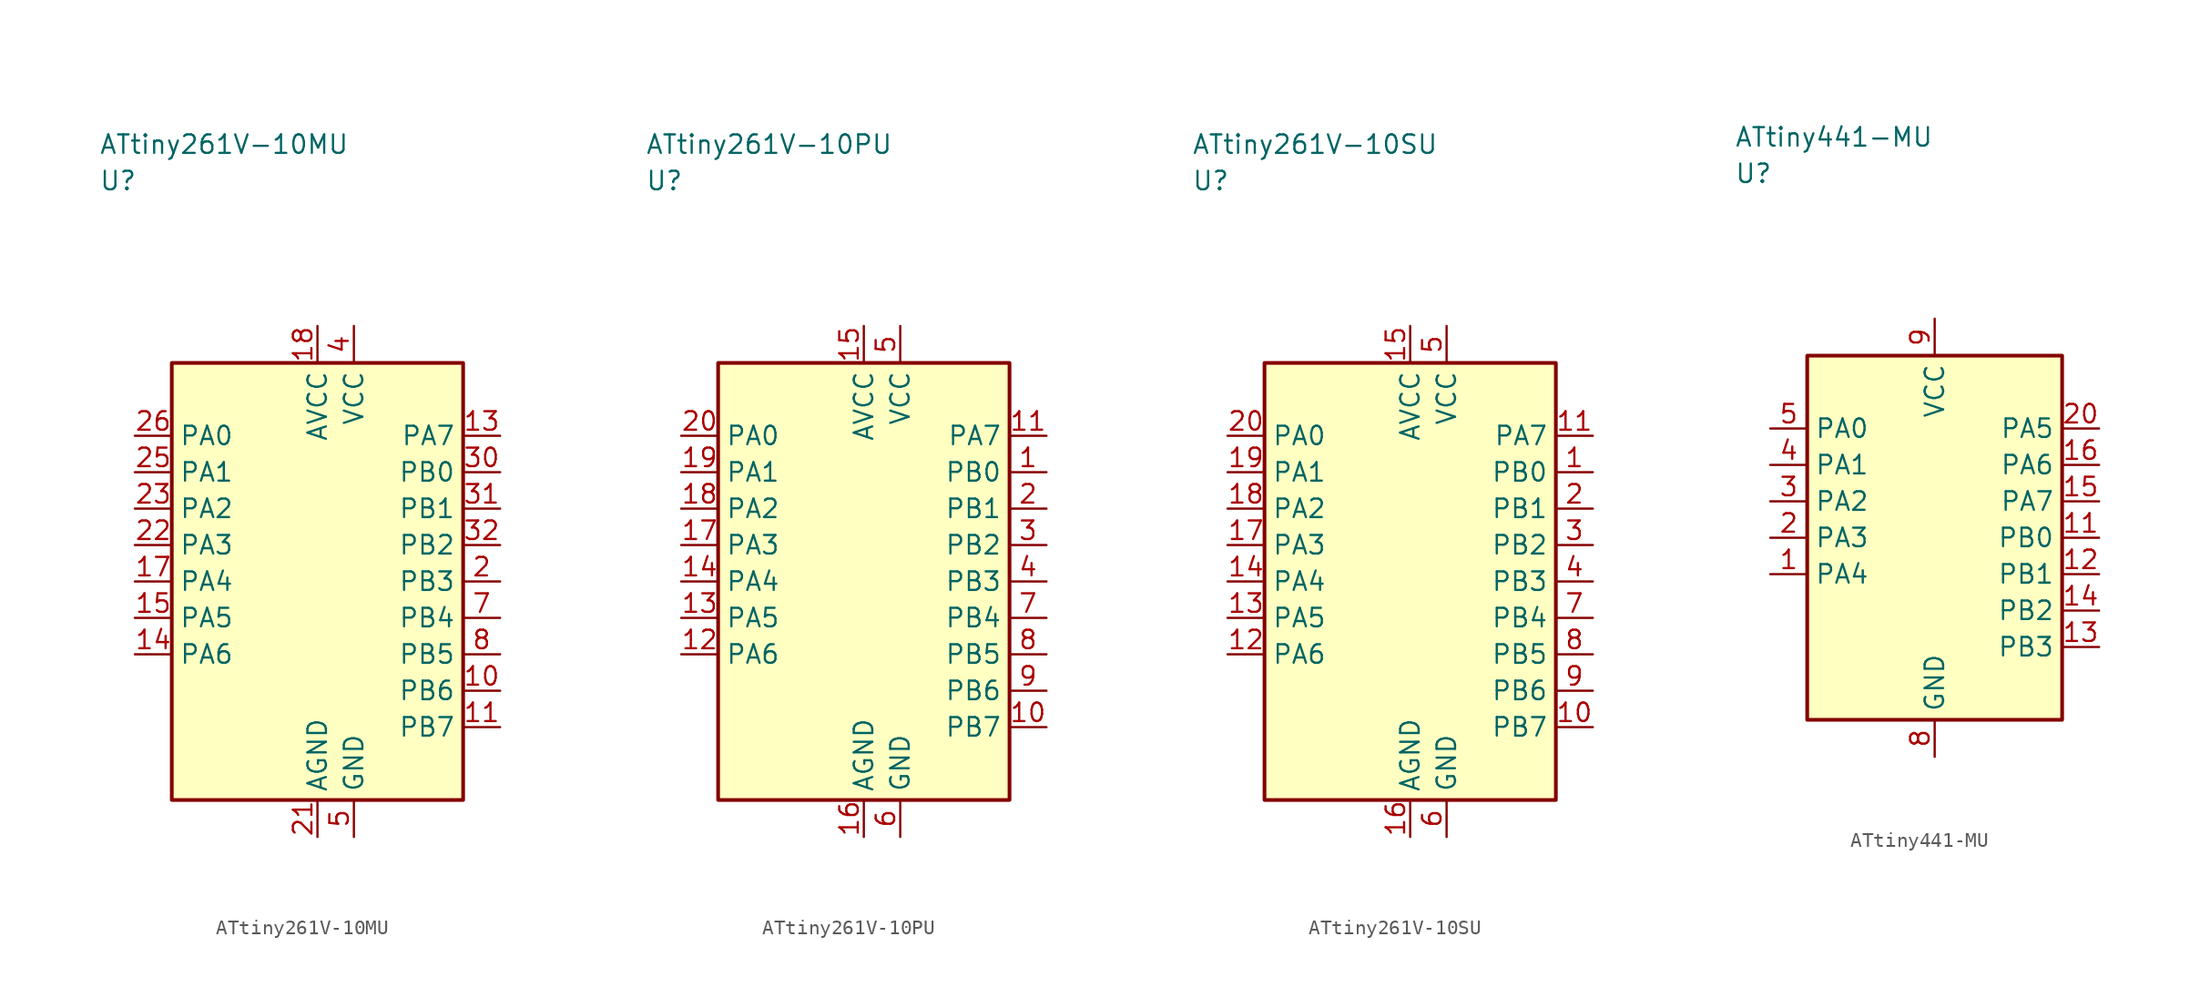
<source format=kicad_sym>
(kicad_symbol_lib
  (version 20241025)
  (generator "kicad_symbol_editor")
  (generator_version "8.0")
  (symbol "ATtiny261V-10MU"
    (property "Reference" "U"
      (at -15.0 27.5 0)
      (effects (font (size 1.27 1.27)) (justify left)))
    (property "Value" "ATtiny261V-10MU"
      (at -15.0 30.0 0)
      (effects (font (size 1.27 1.27)) (justify left)))
    (symbol "ATtiny261V-10MU_0_1"
      (rectangle (start -10.0 15.0) (end 10.0 -15.0) (stroke (width 0.254) (type default)) (fill (type background))))
    (symbol "ATtiny261V-10MU_1_1"
      (pin bidirectional line (at 12.54 0.0 180.0) (length 2.54) (name "PB3" (effects (font (size 1.27 1.27)))) (number "2" (effects (font (size 1.27 1.27)))))
      (pin power_in line (at 2.5 17.54 270.0) (length 2.54) (name "VCC" (effects (font (size 1.27 1.27)))) (number "4" (effects (font (size 1.27 1.27)))))
      (pin passive line (at 2.5 -17.54 90.0) (length 2.54) (name "GND" (effects (font (size 1.27 1.27)))) (number "5" (effects (font (size 1.27 1.27)))))
      (pin bidirectional line (at 12.54 -2.5 180.0) (length 2.54) (name "PB4" (effects (font (size 1.27 1.27)))) (number "7" (effects (font (size 1.27 1.27)))))
      (pin bidirectional line (at 12.54 -5.0 180.0) (length 2.54) (name "PB5" (effects (font (size 1.27 1.27)))) (number "8" (effects (font (size 1.27 1.27)))))
      (pin bidirectional line (at 12.54 -7.5 180.0) (length 2.54) (name "PB6" (effects (font (size 1.27 1.27)))) (number "10" (effects (font (size 1.27 1.27)))))
      (pin bidirectional line (at 12.54 -10.0 180.0) (length 2.54) (name "PB7" (effects (font (size 1.27 1.27)))) (number "11" (effects (font (size 1.27 1.27)))))
      (pin bidirectional line (at 12.54 10.0 180.0) (length 2.54) (name "PA7" (effects (font (size 1.27 1.27)))) (number "13" (effects (font (size 1.27 1.27)))))
      (pin bidirectional line (at -12.54 -5.0 0.0) (length 2.54) (name "PA6" (effects (font (size 1.27 1.27)))) (number "14" (effects (font (size 1.27 1.27)))))
      (pin bidirectional line (at -12.54 -2.5 0.0) (length 2.54) (name "PA5" (effects (font (size 1.27 1.27)))) (number "15" (effects (font (size 1.27 1.27)))))
      (pin bidirectional line (at -12.54 0.0 0.0) (length 2.54) (name "PA4" (effects (font (size 1.27 1.27)))) (number "17" (effects (font (size 1.27 1.27)))))
      (pin power_in line (at 0.0 17.54 270.0) (length 2.54) (name "AVCC" (effects (font (size 1.27 1.27)))) (number "18" (effects (font (size 1.27 1.27)))))
      (pin passive line (at 0.0 -17.54 90.0) (length 2.54) (name "AGND" (effects (font (size 1.27 1.27)))) (number "21" (effects (font (size 1.27 1.27)))))
      (pin bidirectional line (at -12.54 2.5 0.0) (length 2.54) (name "PA3" (effects (font (size 1.27 1.27)))) (number "22" (effects (font (size 1.27 1.27)))))
      (pin bidirectional line (at -12.54 5.0 0.0) (length 2.54) (name "PA2" (effects (font (size 1.27 1.27)))) (number "23" (effects (font (size 1.27 1.27)))))
      (pin bidirectional line (at -12.54 7.5 0.0) (length 2.54) (name "PA1" (effects (font (size 1.27 1.27)))) (number "25" (effects (font (size 1.27 1.27)))))
      (pin bidirectional line (at -12.54 10.0 0.0) (length 2.54) (name "PA0" (effects (font (size 1.27 1.27)))) (number "26" (effects (font (size 1.27 1.27)))))
      (pin bidirectional line (at 12.54 7.5 180.0) (length 2.54) (name "PB0" (effects (font (size 1.27 1.27)))) (number "30" (effects (font (size 1.27 1.27)))))
      (pin bidirectional line (at 12.54 5.0 180.0) (length 2.54) (name "PB1" (effects (font (size 1.27 1.27)))) (number "31" (effects (font (size 1.27 1.27)))))
      (pin bidirectional line (at 12.54 2.5 180.0) (length 2.54) (name "PB2" (effects (font (size 1.27 1.27)))) (number "32" (effects (font (size 1.27 1.27)))))))
  (symbol "ATtiny261V-10PU"
    (property "Reference" "U"
      (at -15.0 27.5 0)
      (effects (font (size 1.27 1.27)) (justify left)))
    (property "Value" "ATtiny261V-10PU"
      (at -15.0 30.0 0)
      (effects (font (size 1.27 1.27)) (justify left)))
    (symbol "ATtiny261V-10PU_0_1"
      (rectangle (start -10.0 15.0) (end 10.0 -15.0) (stroke (width 0.254) (type default)) (fill (type background))))
    (symbol "ATtiny261V-10PU_1_1"
      (pin bidirectional line (at 12.54 7.5 180.0) (length 2.54) (name "PB0" (effects (font (size 1.27 1.27)))) (number "1" (effects (font (size 1.27 1.27)))))
      (pin bidirectional line (at 12.54 5.0 180.0) (length 2.54) (name "PB1" (effects (font (size 1.27 1.27)))) (number "2" (effects (font (size 1.27 1.27)))))
      (pin bidirectional line (at 12.54 2.5 180.0) (length 2.54) (name "PB2" (effects (font (size 1.27 1.27)))) (number "3" (effects (font (size 1.27 1.27)))))
      (pin bidirectional line (at 12.54 0.0 180.0) (length 2.54) (name "PB3" (effects (font (size 1.27 1.27)))) (number "4" (effects (font (size 1.27 1.27)))))
      (pin power_in line (at 2.5 17.54 270.0) (length 2.54) (name "VCC" (effects (font (size 1.27 1.27)))) (number "5" (effects (font (size 1.27 1.27)))))
      (pin passive line (at 2.5 -17.54 90.0) (length 2.54) (name "GND" (effects (font (size 1.27 1.27)))) (number "6" (effects (font (size 1.27 1.27)))))
      (pin bidirectional line (at 12.54 -2.5 180.0) (length 2.54) (name "PB4" (effects (font (size 1.27 1.27)))) (number "7" (effects (font (size 1.27 1.27)))))
      (pin bidirectional line (at 12.54 -5.0 180.0) (length 2.54) (name "PB5" (effects (font (size 1.27 1.27)))) (number "8" (effects (font (size 1.27 1.27)))))
      (pin bidirectional line (at 12.54 -7.5 180.0) (length 2.54) (name "PB6" (effects (font (size 1.27 1.27)))) (number "9" (effects (font (size 1.27 1.27)))))
      (pin bidirectional line (at 12.54 -10.0 180.0) (length 2.54) (name "PB7" (effects (font (size 1.27 1.27)))) (number "10" (effects (font (size 1.27 1.27)))))
      (pin bidirectional line (at 12.54 10.0 180.0) (length 2.54) (name "PA7" (effects (font (size 1.27 1.27)))) (number "11" (effects (font (size 1.27 1.27)))))
      (pin bidirectional line (at -12.54 -5.0 0.0) (length 2.54) (name "PA6" (effects (font (size 1.27 1.27)))) (number "12" (effects (font (size 1.27 1.27)))))
      (pin bidirectional line (at -12.54 -2.5 0.0) (length 2.54) (name "PA5" (effects (font (size 1.27 1.27)))) (number "13" (effects (font (size 1.27 1.27)))))
      (pin bidirectional line (at -12.54 0.0 0.0) (length 2.54) (name "PA4" (effects (font (size 1.27 1.27)))) (number "14" (effects (font (size 1.27 1.27)))))
      (pin power_in line (at 0.0 17.54 270.0) (length 2.54) (name "AVCC" (effects (font (size 1.27 1.27)))) (number "15" (effects (font (size 1.27 1.27)))))
      (pin passive line (at 0.0 -17.54 90.0) (length 2.54) (name "AGND" (effects (font (size 1.27 1.27)))) (number "16" (effects (font (size 1.27 1.27)))))
      (pin bidirectional line (at -12.54 2.5 0.0) (length 2.54) (name "PA3" (effects (font (size 1.27 1.27)))) (number "17" (effects (font (size 1.27 1.27)))))
      (pin bidirectional line (at -12.54 5.0 0.0) (length 2.54) (name "PA2" (effects (font (size 1.27 1.27)))) (number "18" (effects (font (size 1.27 1.27)))))
      (pin bidirectional line (at -12.54 7.5 0.0) (length 2.54) (name "PA1" (effects (font (size 1.27 1.27)))) (number "19" (effects (font (size 1.27 1.27)))))
      (pin bidirectional line (at -12.54 10.0 0.0) (length 2.54) (name "PA0" (effects (font (size 1.27 1.27)))) (number "20" (effects (font (size 1.27 1.27)))))))
  (symbol "ATtiny261V-10SU"
    (property "Reference" "U"
      (at -15.0 27.5 0)
      (effects (font (size 1.27 1.27)) (justify left)))
    (property "Value" "ATtiny261V-10SU"
      (at -15.0 30.0 0)
      (effects (font (size 1.27 1.27)) (justify left)))
    (symbol "ATtiny261V-10SU_0_1"
      (rectangle (start -10.0 15.0) (end 10.0 -15.0) (stroke (width 0.254) (type default)) (fill (type background))))
    (symbol "ATtiny261V-10SU_1_1"
      (pin bidirectional line (at 12.54 7.5 180.0) (length 2.54) (name "PB0" (effects (font (size 1.27 1.27)))) (number "1" (effects (font (size 1.27 1.27)))))
      (pin bidirectional line (at 12.54 5.0 180.0) (length 2.54) (name "PB1" (effects (font (size 1.27 1.27)))) (number "2" (effects (font (size 1.27 1.27)))))
      (pin bidirectional line (at 12.54 2.5 180.0) (length 2.54) (name "PB2" (effects (font (size 1.27 1.27)))) (number "3" (effects (font (size 1.27 1.27)))))
      (pin bidirectional line (at 12.54 0.0 180.0) (length 2.54) (name "PB3" (effects (font (size 1.27 1.27)))) (number "4" (effects (font (size 1.27 1.27)))))
      (pin power_in line (at 2.5 17.54 270.0) (length 2.54) (name "VCC" (effects (font (size 1.27 1.27)))) (number "5" (effects (font (size 1.27 1.27)))))
      (pin passive line (at 2.5 -17.54 90.0) (length 2.54) (name "GND" (effects (font (size 1.27 1.27)))) (number "6" (effects (font (size 1.27 1.27)))))
      (pin bidirectional line (at 12.54 -2.5 180.0) (length 2.54) (name "PB4" (effects (font (size 1.27 1.27)))) (number "7" (effects (font (size 1.27 1.27)))))
      (pin bidirectional line (at 12.54 -5.0 180.0) (length 2.54) (name "PB5" (effects (font (size 1.27 1.27)))) (number "8" (effects (font (size 1.27 1.27)))))
      (pin bidirectional line (at 12.54 -7.5 180.0) (length 2.54) (name "PB6" (effects (font (size 1.27 1.27)))) (number "9" (effects (font (size 1.27 1.27)))))
      (pin bidirectional line (at 12.54 -10.0 180.0) (length 2.54) (name "PB7" (effects (font (size 1.27 1.27)))) (number "10" (effects (font (size 1.27 1.27)))))
      (pin bidirectional line (at 12.54 10.0 180.0) (length 2.54) (name "PA7" (effects (font (size 1.27 1.27)))) (number "11" (effects (font (size 1.27 1.27)))))
      (pin bidirectional line (at -12.54 -5.0 0.0) (length 2.54) (name "PA6" (effects (font (size 1.27 1.27)))) (number "12" (effects (font (size 1.27 1.27)))))
      (pin bidirectional line (at -12.54 -2.5 0.0) (length 2.54) (name "PA5" (effects (font (size 1.27 1.27)))) (number "13" (effects (font (size 1.27 1.27)))))
      (pin bidirectional line (at -12.54 0.0 0.0) (length 2.54) (name "PA4" (effects (font (size 1.27 1.27)))) (number "14" (effects (font (size 1.27 1.27)))))
      (pin power_in line (at 0.0 17.54 270.0) (length 2.54) (name "AVCC" (effects (font (size 1.27 1.27)))) (number "15" (effects (font (size 1.27 1.27)))))
      (pin passive line (at 0.0 -17.54 90.0) (length 2.54) (name "AGND" (effects (font (size 1.27 1.27)))) (number "16" (effects (font (size 1.27 1.27)))))
      (pin bidirectional line (at -12.54 2.5 0.0) (length 2.54) (name "PA3" (effects (font (size 1.27 1.27)))) (number "17" (effects (font (size 1.27 1.27)))))
      (pin bidirectional line (at -12.54 5.0 0.0) (length 2.54) (name "PA2" (effects (font (size 1.27 1.27)))) (number "18" (effects (font (size 1.27 1.27)))))
      (pin bidirectional line (at -12.54 7.5 0.0) (length 2.54) (name "PA1" (effects (font (size 1.27 1.27)))) (number "19" (effects (font (size 1.27 1.27)))))
      (pin bidirectional line (at -12.54 10.0 0.0) (length 2.54) (name "PA0" (effects (font (size 1.27 1.27)))) (number "20" (effects (font (size 1.27 1.27)))))))
  (symbol "ATtiny441-MU"
    (property "Reference" "U"
      (at -13.75 25.0 0)
      (effects (font (size 1.27 1.27)) (justify left)))
    (property "Value" "ATtiny441-MU"
      (at -13.75 27.5 0)
      (effects (font (size 1.27 1.27)) (justify left)))
    (symbol "ATtiny441-MU_0_1"
      (rectangle (start -8.75 12.5) (end 8.75 -12.5) (stroke (width 0.254) (type default)) (fill (type background))))
    (symbol "ATtiny441-MU_1_1"
      (pin bidirectional line (at -11.29 -2.5 0.0) (length 2.54) (name "PA4" (effects (font (size 1.27 1.27)))) (number "1" (effects (font (size 1.27 1.27)))))
      (pin bidirectional line (at -11.29 0.0 0.0) (length 2.54) (name "PA3" (effects (font (size 1.27 1.27)))) (number "2" (effects (font (size 1.27 1.27)))))
      (pin bidirectional line (at -11.29 2.5 0.0) (length 2.54) (name "PA2" (effects (font (size 1.27 1.27)))) (number "3" (effects (font (size 1.27 1.27)))))
      (pin bidirectional line (at -11.29 5.0 0.0) (length 2.54) (name "PA1" (effects (font (size 1.27 1.27)))) (number "4" (effects (font (size 1.27 1.27)))))
      (pin bidirectional line (at -11.29 7.5 0.0) (length 2.54) (name "PA0" (effects (font (size 1.27 1.27)))) (number "5" (effects (font (size 1.27 1.27)))))
      (pin passive line (at 0.0 -15.04 90.0) (length 2.54) (name "GND" (effects (font (size 1.27 1.27)))) (number "8" (effects (font (size 1.27 1.27)))))
      (pin power_in line (at 0.0 15.04 270.0) (length 2.54) (name "VCC" (effects (font (size 1.27 1.27)))) (number "9" (effects (font (size 1.27 1.27)))))
      (pin bidirectional line (at 11.29 0.0 180.0) (length 2.54) (name "PB0" (effects (font (size 1.27 1.27)))) (number "11" (effects (font (size 1.27 1.27)))))
      (pin bidirectional line (at 11.29 -2.5 180.0) (length 2.54) (name "PB1" (effects (font (size 1.27 1.27)))) (number "12" (effects (font (size 1.27 1.27)))))
      (pin bidirectional line (at 11.29 -7.5 180.0) (length 2.54) (name "PB3" (effects (font (size 1.27 1.27)))) (number "13" (effects (font (size 1.27 1.27)))))
      (pin bidirectional line (at 11.29 -5.0 180.0) (length 2.54) (name "PB2" (effects (font (size 1.27 1.27)))) (number "14" (effects (font (size 1.27 1.27)))))
      (pin bidirectional line (at 11.29 2.5 180.0) (length 2.54) (name "PA7" (effects (font (size 1.27 1.27)))) (number "15" (effects (font (size 1.27 1.27)))))
      (pin bidirectional line (at 11.29 5.0 180.0) (length 2.54) (name "PA6" (effects (font (size 1.27 1.27)))) (number "16" (effects (font (size 1.27 1.27)))))
      (pin bidirectional line (at 11.29 7.5 180.0) (length 2.54) (name "PA5" (effects (font (size 1.27 1.27)))) (number "20" (effects (font (size 1.27 1.27))))))))
</source>
